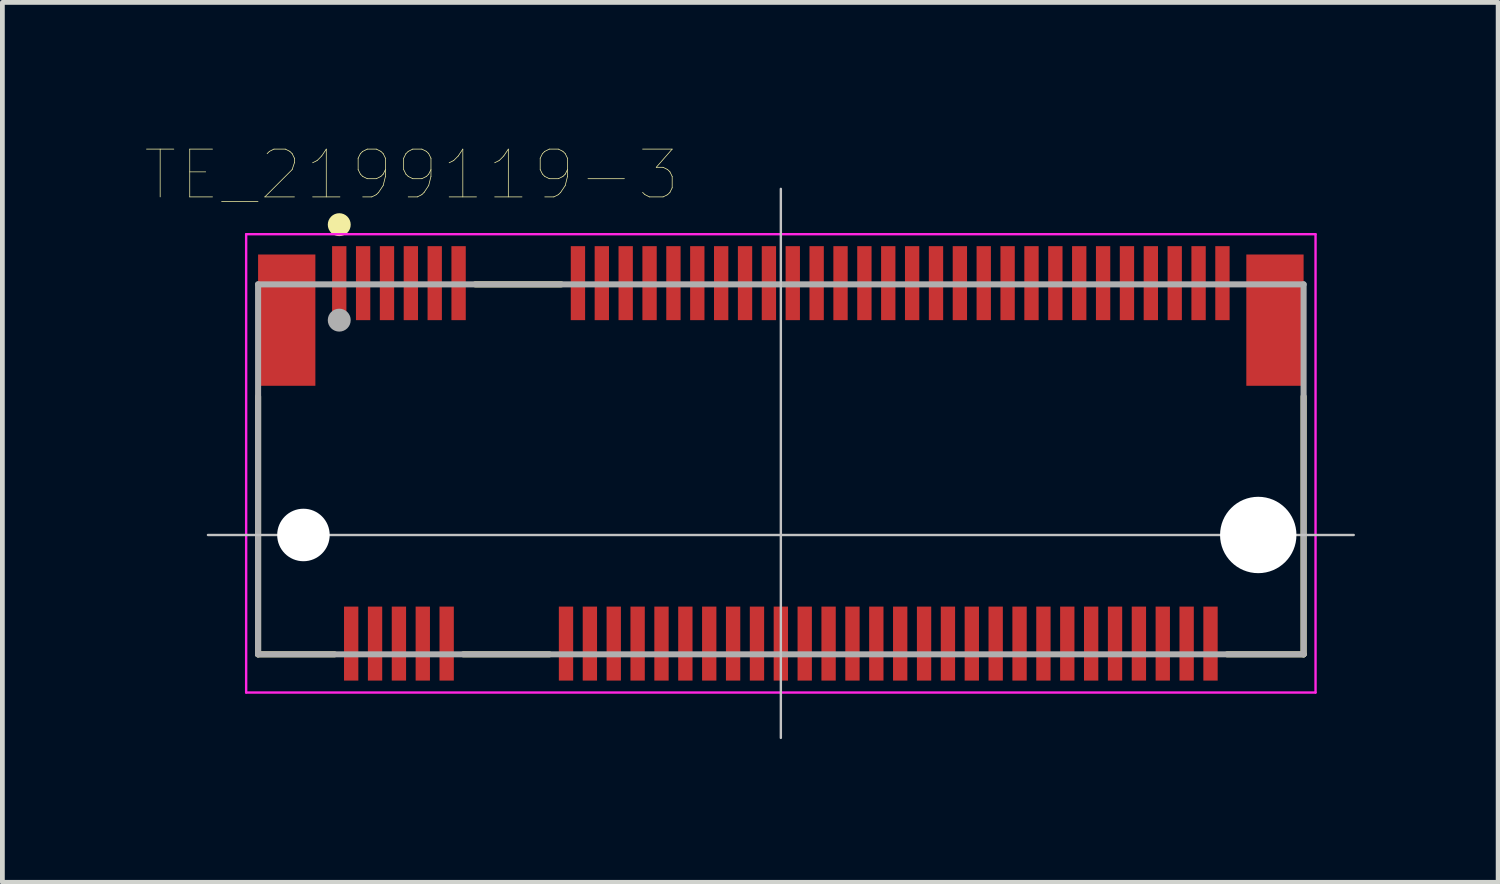
<source format=kicad_pcb>
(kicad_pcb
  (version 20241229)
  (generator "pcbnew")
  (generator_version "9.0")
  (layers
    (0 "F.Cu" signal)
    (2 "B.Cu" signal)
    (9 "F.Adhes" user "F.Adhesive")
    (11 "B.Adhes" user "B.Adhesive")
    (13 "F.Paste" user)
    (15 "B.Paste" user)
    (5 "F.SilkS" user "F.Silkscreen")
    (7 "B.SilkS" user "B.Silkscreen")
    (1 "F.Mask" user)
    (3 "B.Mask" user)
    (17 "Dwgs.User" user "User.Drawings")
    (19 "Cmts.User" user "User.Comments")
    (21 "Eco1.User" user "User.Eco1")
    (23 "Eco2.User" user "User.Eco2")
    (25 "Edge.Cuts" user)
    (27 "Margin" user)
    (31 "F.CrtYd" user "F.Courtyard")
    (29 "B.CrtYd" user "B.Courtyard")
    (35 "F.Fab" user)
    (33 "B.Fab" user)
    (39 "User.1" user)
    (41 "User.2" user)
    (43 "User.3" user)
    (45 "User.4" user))
  (footprint "TE_2199119-3"
    (layer "F.Cu")
    (at 13.306 8.156)
    (property "Reference" "TE_2199119-3" (at -7.734 -7.544 0) (layer "F.SilkS") (effects (font (size 1.001 1.001) (thickness 0.015))))
    (attr through_hole)
    (fp_line (start -10.95 -2.9) (end -10.95 2.5) (stroke (width 0.127) (type solid)) (layer "F.SilkS"))
    (fp_line (start -10.95 2.5) (end -9.35 2.5) (stroke (width 0.127) (type solid)) (layer "F.SilkS"))
    (fp_line (start -6.65 2.5) (end -4.85 2.5) (stroke (width 0.127) (type solid)) (layer "F.SilkS"))
    (fp_line (start -4.6 -5.25) (end -6.4 -5.25) (stroke (width 0.127) (type solid)) (layer "F.SilkS"))
    (fp_line (start 9.35 2.5) (end 10.95 2.5) (stroke (width 0.127) (type solid)) (layer "F.SilkS"))
    (fp_line (start 10.95 2.5) (end 10.95 -2.9) (stroke (width 0.127) (type solid)) (layer "F.SilkS"))
    (fp_circle (center -9.25 -6.5) (end -9.13 -6.5) (stroke (width 0.24) (type solid)) (fill no) (layer "F.SilkS"))
    (fp_line (start -12 0) (end 12 0) (stroke (width 0.05) (type solid)) (layer "Dwgs.User"))
    (fp_line (start 0 -7.25) (end 0 4.25) (stroke (width 0.05) (type solid)) (layer "Dwgs.User"))
    (fp_line (start -11.2 -6.3) (end 11.2 -6.3) (stroke (width 0.05) (type solid)) (layer "F.CrtYd"))
    (fp_line (start -11.2 3.3) (end -11.2 -6.3) (stroke (width 0.05) (type solid)) (layer "F.CrtYd"))
    (fp_line (start 11.2 -6.3) (end 11.2 3.3) (stroke (width 0.05) (type solid)) (layer "F.CrtYd"))
    (fp_line (start 11.2 3.3) (end -11.2 3.3) (stroke (width 0.05) (type solid)) (layer "F.CrtYd"))
    (fp_line (start -10.95 -5.25) (end 10.95 -5.25) (stroke (width 0.127) (type solid)) (layer "F.Fab"))
    (fp_line (start -10.95 2.5) (end -10.95 -5.25) (stroke (width 0.127) (type solid)) (layer "F.Fab"))
    (fp_line (start 10.95 -5.25) (end 10.95 2.5) (stroke (width 0.127) (type solid)) (layer "F.Fab"))
    (fp_line (start 10.95 2.5) (end -10.95 2.5) (stroke (width 0.127) (type solid)) (layer "F.Fab"))
    (fp_circle (center -9.25 -4.5) (end -9.13 -4.5) (stroke (width 0.24) (type solid)) (fill no) (layer "F.Fab"))
    (pad "" np_thru_hole circle (at -10 0) (size 1.1 1.1) (drill 1.1) (layers "*.Cu" "*.Mask"))
    (pad "" np_thru_hole circle (at 10 0) (size 1.6 1.6) (drill 1.6) (layers "*.Cu" "*.Mask"))
    (pad "1" smd rect (at -9.25 -5.275) (size 0.3 1.55) (layers "F.Cu" "F.Mask" "F.Paste"))
    (pad "2" smd rect (at -9 2.275) (size 0.3 1.55) (layers "F.Cu" "F.Mask" "F.Paste"))
    (pad "3" smd rect (at -8.75 -5.275) (size 0.3 1.55) (layers "F.Cu" "F.Mask" "F.Paste"))
    (pad "4" smd rect (at -8.5 2.275) (size 0.3 1.55) (layers "F.Cu" "F.Mask" "F.Paste"))
    (pad "5" smd rect (at -8.25 -5.275) (size 0.3 1.55) (layers "F.Cu" "F.Mask" "F.Paste"))
    (pad "6" smd rect (at -8 2.275) (size 0.3 1.55) (layers "F.Cu" "F.Mask" "F.Paste"))
    (pad "7" smd rect (at -7.75 -5.275) (size 0.3 1.55) (layers "F.Cu" "F.Mask" "F.Paste"))
    (pad "8" smd rect (at -7.5 2.275) (size 0.3 1.55) (layers "F.Cu" "F.Mask" "F.Paste"))
    (pad "9" smd rect (at -7.25 -5.275) (size 0.3 1.55) (layers "F.Cu" "F.Mask" "F.Paste"))
    (pad "10" smd rect (at -7 2.275) (size 0.3 1.55) (layers "F.Cu" "F.Mask" "F.Paste"))
    (pad "11" smd rect (at -6.75 -5.275) (size 0.3 1.55) (layers "F.Cu" "F.Mask" "F.Paste"))
    (pad "20" smd rect (at -4.5 2.275) (size 0.3 1.55) (layers "F.Cu" "F.Mask" "F.Paste"))
    (pad "21" smd rect (at -4.25 -5.275) (size 0.3 1.55) (layers "F.Cu" "F.Mask" "F.Paste"))
    (pad "22" smd rect (at -4 2.275) (size 0.3 1.55) (layers "F.Cu" "F.Mask" "F.Paste"))
    (pad "23" smd rect (at -3.75 -5.275) (size 0.3 1.55) (layers "F.Cu" "F.Mask" "F.Paste"))
    (pad "24" smd rect (at -3.5 2.275) (size 0.3 1.55) (layers "F.Cu" "F.Mask" "F.Paste"))
    (pad "25" smd rect (at -3.25 -5.275) (size 0.3 1.55) (layers "F.Cu" "F.Mask" "F.Paste"))
    (pad "26" smd rect (at -3 2.275) (size 0.3 1.55) (layers "F.Cu" "F.Mask" "F.Paste"))
    (pad "27" smd rect (at -2.75 -5.275) (size 0.3 1.55) (layers "F.Cu" "F.Mask" "F.Paste"))
    (pad "28" smd rect (at -2.5 2.275) (size 0.3 1.55) (layers "F.Cu" "F.Mask" "F.Paste"))
    (pad "29" smd rect (at -2.25 -5.275) (size 0.3 1.55) (layers "F.Cu" "F.Mask" "F.Paste"))
    (pad "30" smd rect (at -2 2.275) (size 0.3 1.55) (layers "F.Cu" "F.Mask" "F.Paste"))
    (pad "31" smd rect (at -1.75 -5.275) (size 0.3 1.55) (layers "F.Cu" "F.Mask" "F.Paste"))
    (pad "32" smd rect (at -1.5 2.275) (size 0.3 1.55) (layers "F.Cu" "F.Mask" "F.Paste"))
    (pad "33" smd rect (at -1.25 -5.275) (size 0.3 1.55) (layers "F.Cu" "F.Mask" "F.Paste"))
    (pad "34" smd rect (at -1 2.275) (size 0.3 1.55) (layers "F.Cu" "F.Mask" "F.Paste"))
    (pad "35" smd rect (at -0.75 -5.275) (size 0.3 1.55) (layers "F.Cu" "F.Mask" "F.Paste"))
    (pad "36" smd rect (at -0.5 2.275) (size 0.3 1.55) (layers "F.Cu" "F.Mask" "F.Paste"))
    (pad "37" smd rect (at -0.25 -5.275) (size 0.3 1.55) (layers "F.Cu" "F.Mask" "F.Paste"))
    (pad "38" smd rect (at 0 2.275) (size 0.3 1.55) (layers "F.Cu" "F.Mask" "F.Paste"))
    (pad "39" smd rect (at 0.25 -5.275) (size 0.3 1.55) (layers "F.Cu" "F.Mask" "F.Paste"))
    (pad "40" smd rect (at 0.5 2.275) (size 0.3 1.55) (layers "F.Cu" "F.Mask" "F.Paste"))
    (pad "41" smd rect (at 0.75 -5.275) (size 0.3 1.55) (layers "F.Cu" "F.Mask" "F.Paste"))
    (pad "42" smd rect (at 1 2.275) (size 0.3 1.55) (layers "F.Cu" "F.Mask" "F.Paste"))
    (pad "43" smd rect (at 1.25 -5.275) (size 0.3 1.55) (layers "F.Cu" "F.Mask" "F.Paste"))
    (pad "44" smd rect (at 1.5 2.275) (size 0.3 1.55) (layers "F.Cu" "F.Mask" "F.Paste"))
    (pad "45" smd rect (at 1.75 -5.275) (size 0.3 1.55) (layers "F.Cu" "F.Mask" "F.Paste"))
    (pad "46" smd rect (at 2 2.275) (size 0.3 1.55) (layers "F.Cu" "F.Mask" "F.Paste"))
    (pad "47" smd rect (at 2.25 -5.275) (size 0.3 1.55) (layers "F.Cu" "F.Mask" "F.Paste"))
    (pad "48" smd rect (at 2.5 2.275) (size 0.3 1.55) (layers "F.Cu" "F.Mask" "F.Paste"))
    (pad "49" smd rect (at 2.75 -5.275) (size 0.3 1.55) (layers "F.Cu" "F.Mask" "F.Paste"))
    (pad "50" smd rect (at 3 2.275) (size 0.3 1.55) (layers "F.Cu" "F.Mask" "F.Paste"))
    (pad "51" smd rect (at 3.25 -5.275) (size 0.3 1.55) (layers "F.Cu" "F.Mask" "F.Paste"))
    (pad "52" smd rect (at 3.5 2.275) (size 0.3 1.55) (layers "F.Cu" "F.Mask" "F.Paste"))
    (pad "53" smd rect (at 3.75 -5.275) (size 0.3 1.55) (layers "F.Cu" "F.Mask" "F.Paste"))
    (pad "54" smd rect (at 4 2.275) (size 0.3 1.55) (layers "F.Cu" "F.Mask" "F.Paste"))
    (pad "55" smd rect (at 4.25 -5.275) (size 0.3 1.55) (layers "F.Cu" "F.Mask" "F.Paste"))
    (pad "56" smd rect (at 4.5 2.275) (size 0.3 1.55) (layers "F.Cu" "F.Mask" "F.Paste"))
    (pad "57" smd rect (at 4.75 -5.275) (size 0.3 1.55) (layers "F.Cu" "F.Mask" "F.Paste"))
    (pad "58" smd rect (at 5 2.275) (size 0.3 1.55) (layers "F.Cu" "F.Mask" "F.Paste"))
    (pad "59" smd rect (at 5.25 -5.275) (size 0.3 1.55) (layers "F.Cu" "F.Mask" "F.Paste"))
    (pad "60" smd rect (at 5.5 2.275) (size 0.3 1.55) (layers "F.Cu" "F.Mask" "F.Paste"))
    (pad "61" smd rect (at 5.75 -5.275) (size 0.3 1.55) (layers "F.Cu" "F.Mask" "F.Paste"))
    (pad "62" smd rect (at 6 2.275) (size 0.3 1.55) (layers "F.Cu" "F.Mask" "F.Paste"))
    (pad "63" smd rect (at 6.25 -5.275) (size 0.3 1.55) (layers "F.Cu" "F.Mask" "F.Paste"))
    (pad "64" smd rect (at 6.5 2.275) (size 0.3 1.55) (layers "F.Cu" "F.Mask" "F.Paste"))
    (pad "65" smd rect (at 6.75 -5.275) (size 0.3 1.55) (layers "F.Cu" "F.Mask" "F.Paste"))
    (pad "66" smd rect (at 7 2.275) (size 0.3 1.55) (layers "F.Cu" "F.Mask" "F.Paste"))
    (pad "67" smd rect (at 7.25 -5.275) (size 0.3 1.55) (layers "F.Cu" "F.Mask" "F.Paste"))
    (pad "68" smd rect (at 7.5 2.275) (size 0.3 1.55) (layers "F.Cu" "F.Mask" "F.Paste"))
    (pad "69" smd rect (at 7.75 -5.275) (size 0.3 1.55) (layers "F.Cu" "F.Mask" "F.Paste"))
    (pad "70" smd rect (at 8 2.275) (size 0.3 1.55) (layers "F.Cu" "F.Mask" "F.Paste"))
    (pad "71" smd rect (at 8.25 -5.275) (size 0.3 1.55) (layers "F.Cu" "F.Mask" "F.Paste"))
    (pad "72" smd rect (at 8.5 2.275) (size 0.3 1.55) (layers "F.Cu" "F.Mask" "F.Paste"))
    (pad "73" smd rect (at 8.75 -5.275) (size 0.3 1.55) (layers "F.Cu" "F.Mask" "F.Paste"))
    (pad "74" smd rect (at 9 2.275) (size 0.3 1.55) (layers "F.Cu" "F.Mask" "F.Paste"))
    (pad "75" smd rect (at 9.25 -5.275) (size 0.3 1.55) (layers "F.Cu" "F.Mask" "F.Paste"))
    (pad "SH1" smd rect (at -10.35 -4.5) (size 1.2 2.75) (layers "F.Cu" "F.Mask" "F.Paste"))
    (pad "SH2" smd rect (at 10.35 -4.5) (size 1.2 2.75) (layers "F.Cu" "F.Mask" "F.Paste")))
  (gr_rect
    (start -3 -3)
    (end 28.331 15.431)
    (stroke (width 0.1) (type default))
    (fill no)
    (layer "Edge.Cuts")))
</source>
